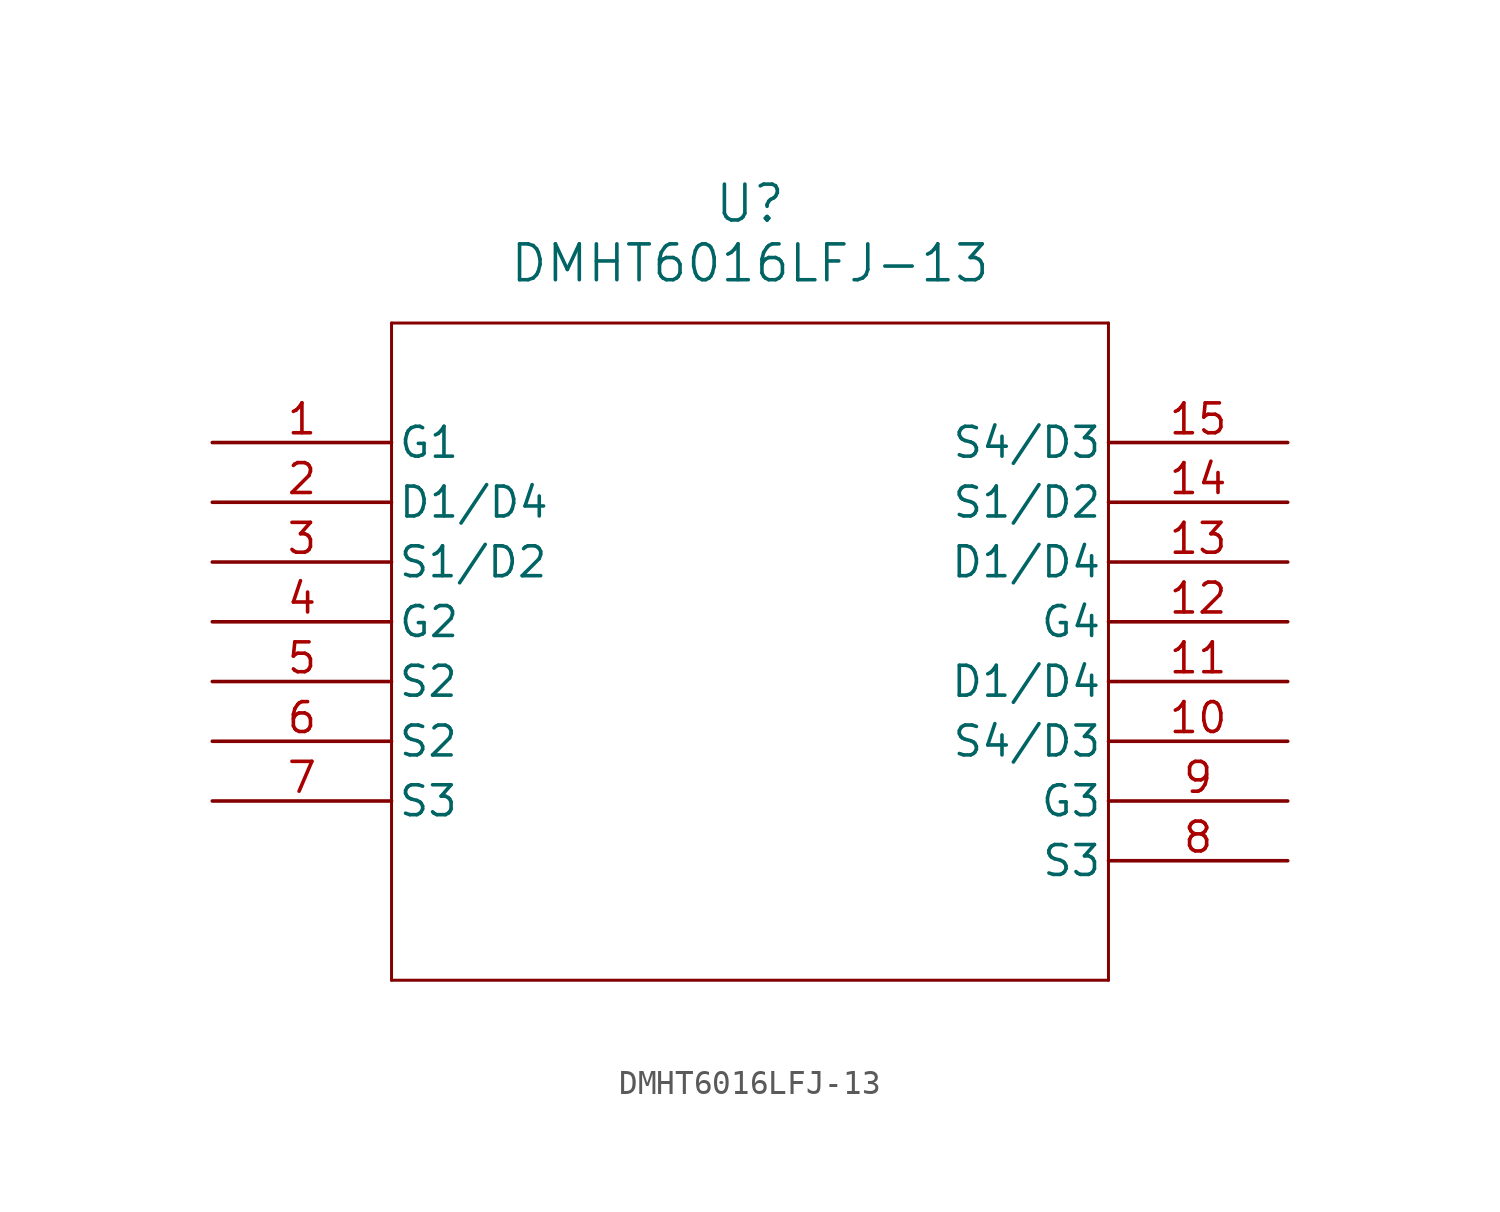
<source format=kicad_sym>
(kicad_symbol_lib
  (version 20211014)
  (generator kicad_symbol_editor)
  (symbol "DMHT6016LFJ-13"
    (pin_names
      (offset 0.254))
    (property "Reference" "U"
      (at 22.86 10.16 0)
      (effects (font (size 1.524 1.524))))
    (property "Value" "DMHT6016LFJ-13"
      (at 22.86 7.62 0)
      (effects (font (size 1.524 1.524))))
    (symbol "DMHT6016LFJ-13_0_1"
      (polyline (pts (xy 7.62 5.08) (xy 7.62 -22.86)) (stroke (width 0.127) (type default) (color 0 0 0 0)) (fill (type none)))
      (polyline (pts (xy 7.62 -22.86) (xy 38.1 -22.86)) (stroke (width 0.127) (type default) (color 0 0 0 0)) (fill (type none)))
      (polyline (pts (xy 38.1 -22.86) (xy 38.1 5.08)) (stroke (width 0.127) (type default) (color 0 0 0 0)) (fill (type none)))
      (polyline (pts (xy 38.1 5.08) (xy 7.62 5.08)) (stroke (width 0.127) (type default) (color 0 0 0 0)) (fill (type none)))
      (pin bidirectional line (at 0 0 0) (length 7.62) (name "G1" (effects (font (size 1.27 1.27)))) (number "1" (effects (font (size 1.27 1.27)))))
      (pin bidirectional line (at 0 -2.54 0) (length 7.62) (name "D1/D4" (effects (font (size 1.27 1.27)))) (number "2" (effects (font (size 1.27 1.27)))))
      (pin bidirectional line (at 0 -5.08 0) (length 7.62) (name "S1/D2" (effects (font (size 1.27 1.27)))) (number "3" (effects (font (size 1.27 1.27)))))
      (pin bidirectional line (at 0 -7.62 0) (length 7.62) (name "G2" (effects (font (size 1.27 1.27)))) (number "4" (effects (font (size 1.27 1.27)))))
      (pin bidirectional line (at 0 -10.16 0) (length 7.62) (name "S2" (effects (font (size 1.27 1.27)))) (number "5" (effects (font (size 1.27 1.27)))))
      (pin bidirectional line (at 0 -12.7 0) (length 7.62) (name "S2" (effects (font (size 1.27 1.27)))) (number "6" (effects (font (size 1.27 1.27)))))
      (pin bidirectional line (at 0 -15.24 0) (length 7.62) (name "S3" (effects (font (size 1.27 1.27)))) (number "7" (effects (font (size 1.27 1.27)))))
      (pin bidirectional line (at 45.72 -17.78 180) (length 7.62) (name "S3" (effects (font (size 1.27 1.27)))) (number "8" (effects (font (size 1.27 1.27)))))
      (pin bidirectional line (at 45.72 -15.24 180) (length 7.62) (name "G3" (effects (font (size 1.27 1.27)))) (number "9" (effects (font (size 1.27 1.27)))))
      (pin bidirectional line (at 45.72 -12.7 180) (length 7.62) (name "S4/D3" (effects (font (size 1.27 1.27)))) (number "10" (effects (font (size 1.27 1.27)))))
      (pin bidirectional line (at 45.72 -10.16 180) (length 7.62) (name "D1/D4" (effects (font (size 1.27 1.27)))) (number "11" (effects (font (size 1.27 1.27)))))
      (pin bidirectional line (at 45.72 -7.62 180) (length 7.62) (name "G4" (effects (font (size 1.27 1.27)))) (number "12" (effects (font (size 1.27 1.27)))))
      (pin bidirectional line (at 45.72 -5.08 180) (length 7.62) (name "D1/D4" (effects (font (size 1.27 1.27)))) (number "13" (effects (font (size 1.27 1.27)))))
      (pin bidirectional line (at 45.72 -2.54 180) (length 7.62) (name "S1/D2" (effects (font (size 1.27 1.27)))) (number "14" (effects (font (size 1.27 1.27)))))
      (pin bidirectional line (at 45.72 0 180) (length 7.62) (name "S4/D3" (effects (font (size 1.27 1.27)))) (number "15" (effects (font (size 1.27 1.27))))))))
</source>
